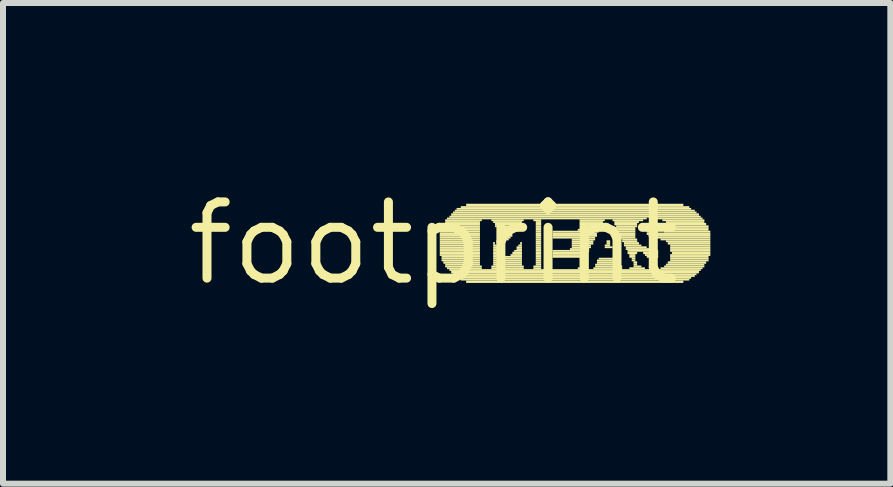
<source format=kicad_pcb>
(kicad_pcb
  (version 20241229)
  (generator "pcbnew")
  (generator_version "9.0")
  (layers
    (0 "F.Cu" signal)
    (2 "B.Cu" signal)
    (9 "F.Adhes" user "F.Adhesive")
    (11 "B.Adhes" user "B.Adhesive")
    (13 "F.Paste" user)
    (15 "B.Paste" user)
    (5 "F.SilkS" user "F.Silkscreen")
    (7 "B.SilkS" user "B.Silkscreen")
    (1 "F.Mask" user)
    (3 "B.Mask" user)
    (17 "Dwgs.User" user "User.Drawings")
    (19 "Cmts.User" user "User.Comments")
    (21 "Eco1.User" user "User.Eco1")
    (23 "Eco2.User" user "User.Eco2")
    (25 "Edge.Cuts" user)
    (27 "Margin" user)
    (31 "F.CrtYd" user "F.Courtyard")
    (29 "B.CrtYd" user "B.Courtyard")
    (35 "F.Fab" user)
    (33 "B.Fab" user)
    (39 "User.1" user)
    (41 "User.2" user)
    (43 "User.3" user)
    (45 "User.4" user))
  (footprint "footprint"
    (layer "F.Cu")
    (at 4.18 1.006)
    (property "Reference" "footprint" (at 0 0 0) (layer "F.SilkS") (effects (font (size 1.27 1.27) (thickness 0.15))))
    (fp_poly (pts (xy 0.1 -0.18) (xy 0.77 -0.18) (xy 0.77 -0.21) (xy 0.1 -0.21)) (stroke (width 0) (type solid)) (fill yes) (layer "F.SilkS"))
    (fp_poly (pts (xy 0.1 -0.14) (xy 0.77 -0.14) (xy 0.77 -0.18) (xy 0.1 -0.18)) (stroke (width 0) (type solid)) (fill yes) (layer "F.SilkS"))
    (fp_poly (pts (xy 0.1 -0.11) (xy 0.77 -0.11) (xy 0.77 -0.14) (xy 0.1 -0.14)) (stroke (width 0) (type solid)) (fill yes) (layer "F.SilkS"))
    (fp_poly (pts (xy 0.1 -0.08) (xy 0.77 -0.08) (xy 0.77 -0.11) (xy 0.1 -0.11)) (stroke (width 0) (type solid)) (fill yes) (layer "F.SilkS"))
    (fp_poly (pts (xy 0.1 -0.05) (xy 0.77 -0.05) (xy 0.77 -0.08) (xy 0.1 -0.08)) (stroke (width 0) (type solid)) (fill yes) (layer "F.SilkS"))
    (fp_poly (pts (xy 0.1 -0.02) (xy 0.77 -0.02) (xy 0.77 -0.05) (xy 0.1 -0.05)) (stroke (width 0) (type solid)) (fill yes) (layer "F.SilkS"))
    (fp_poly (pts (xy 0.1 0.02) (xy 0.77 0.02) (xy 0.77 -0.02) (xy 0.1 -0.02)) (stroke (width 0) (type solid)) (fill yes) (layer "F.SilkS"))
    (fp_poly (pts (xy 0.1 0.05) (xy 0.77 0.05) (xy 0.77 0.02) (xy 0.1 0.02)) (stroke (width 0) (type solid)) (fill yes) (layer "F.SilkS"))
    (fp_poly (pts (xy 0.1 0.08) (xy 0.77 0.08) (xy 0.77 0.05) (xy 0.1 0.05)) (stroke (width 0) (type solid)) (fill yes) (layer "F.SilkS"))
    (fp_poly (pts (xy 0.1 0.11) (xy 0.77 0.11) (xy 0.77 0.08) (xy 0.1 0.08)) (stroke (width 0) (type solid)) (fill yes) (layer "F.SilkS"))
    (fp_poly (pts (xy 0.1 0.14) (xy 0.77 0.14) (xy 0.77 0.11) (xy 0.1 0.11)) (stroke (width 0) (type solid)) (fill yes) (layer "F.SilkS"))
    (fp_poly (pts (xy 0.1 0.18) (xy 0.77 0.18) (xy 0.77 0.14) (xy 0.1 0.14)) (stroke (width 0) (type solid)) (fill yes) (layer "F.SilkS"))
    (fp_poly (pts (xy 0.1 0.21) (xy 0.77 0.21) (xy 0.77 0.18) (xy 0.1 0.18)) (stroke (width 0) (type solid)) (fill yes) (layer "F.SilkS"))
    (fp_poly (pts (xy 0.13 -0.27) (xy 0.77 -0.27) (xy 0.77 -0.3) (xy 0.13 -0.3)) (stroke (width 0) (type solid)) (fill yes) (layer "F.SilkS"))
    (fp_poly (pts (xy 0.13 -0.24) (xy 0.77 -0.24) (xy 0.77 -0.27) (xy 0.13 -0.27)) (stroke (width 0) (type solid)) (fill yes) (layer "F.SilkS"))
    (fp_poly (pts (xy 0.13 -0.21) (xy 0.77 -0.21) (xy 0.77 -0.24) (xy 0.13 -0.24)) (stroke (width 0) (type solid)) (fill yes) (layer "F.SilkS"))
    (fp_poly (pts (xy 0.13 0.24) (xy 0.77 0.24) (xy 0.77 0.21) (xy 0.13 0.21)) (stroke (width 0) (type solid)) (fill yes) (layer "F.SilkS"))
    (fp_poly (pts (xy 0.13 0.27) (xy 0.77 0.27) (xy 0.77 0.24) (xy 0.13 0.24)) (stroke (width 0) (type solid)) (fill yes) (layer "F.SilkS"))
    (fp_poly (pts (xy 0.13 0.3) (xy 0.77 0.3) (xy 0.77 0.27) (xy 0.13 0.27)) (stroke (width 0) (type solid)) (fill yes) (layer "F.SilkS"))
    (fp_poly (pts (xy 0.16 -0.3) (xy 0.77 -0.3) (xy 0.77 -0.34) (xy 0.16 -0.34)) (stroke (width 0) (type solid)) (fill yes) (layer "F.SilkS"))
    (fp_poly (pts (xy 0.16 0.34) (xy 0.77 0.34) (xy 0.77 0.3) (xy 0.16 0.3)) (stroke (width 0) (type solid)) (fill yes) (layer "F.SilkS"))
    (fp_poly (pts (xy 0.19 -0.37) (xy 0.8 -0.37) (xy 0.8 -0.4) (xy 0.19 -0.4)) (stroke (width 0) (type solid)) (fill yes) (layer "F.SilkS"))
    (fp_poly (pts (xy 0.19 -0.34) (xy 0.77 -0.34) (xy 0.77 -0.37) (xy 0.19 -0.37)) (stroke (width 0) (type solid)) (fill yes) (layer "F.SilkS"))
    (fp_poly (pts (xy 0.19 0.37) (xy 0.77 0.37) (xy 0.77 0.34) (xy 0.19 0.34)) (stroke (width 0) (type solid)) (fill yes) (layer "F.SilkS"))
    (fp_poly (pts (xy 0.19 0.4) (xy 0.8 0.4) (xy 0.8 0.37) (xy 0.19 0.37)) (stroke (width 0) (type solid)) (fill yes) (layer "F.SilkS"))
    (fp_poly (pts (xy 0.22 -0.4) (xy 3.55 -0.4) (xy 3.55 -0.43) (xy 0.22 -0.43)) (stroke (width 0) (type solid)) (fill yes) (layer "F.SilkS"))
    (fp_poly (pts (xy 0.22 0.43) (xy 0.8 0.43) (xy 0.8 0.4) (xy 0.22 0.4)) (stroke (width 0) (type solid)) (fill yes) (layer "F.SilkS"))
    (fp_poly (pts (xy 0.26 -0.43) (xy 4.45 -0.43) (xy 4.45 -0.46) (xy 0.26 -0.46)) (stroke (width 0) (type solid)) (fill yes) (layer "F.SilkS"))
    (fp_poly (pts (xy 0.26 0.46) (xy 4.45 0.46) (xy 4.45 0.43) (xy 0.26 0.43)) (stroke (width 0) (type solid)) (fill yes) (layer "F.SilkS"))
    (fp_poly (pts (xy 0.29 -0.46) (xy 4.42 -0.46) (xy 4.42 -0.5) (xy 0.29 -0.5)) (stroke (width 0) (type solid)) (fill yes) (layer "F.SilkS"))
    (fp_poly (pts (xy 0.29 0.5) (xy 4.42 0.5) (xy 4.42 0.46) (xy 0.29 0.46)) (stroke (width 0) (type solid)) (fill yes) (layer "F.SilkS"))
    (fp_poly (pts (xy 0.32 -0.5) (xy 4.38 -0.5) (xy 4.38 -0.53) (xy 0.32 -0.53)) (stroke (width 0) (type solid)) (fill yes) (layer "F.SilkS"))
    (fp_poly (pts (xy 0.32 0.53) (xy 4.38 0.53) (xy 4.38 0.5) (xy 0.32 0.5)) (stroke (width 0) (type solid)) (fill yes) (layer "F.SilkS"))
    (fp_poly (pts (xy 0.35 -0.53) (xy 4.35 -0.53) (xy 4.35 -0.56) (xy 0.35 -0.56)) (stroke (width 0) (type solid)) (fill yes) (layer "F.SilkS"))
    (fp_poly (pts (xy 0.35 0.56) (xy 4.35 0.56) (xy 4.35 0.53) (xy 0.35 0.53)) (stroke (width 0) (type solid)) (fill yes) (layer "F.SilkS"))
    (fp_poly (pts (xy 0.38 -0.56) (xy 4.29 -0.56) (xy 4.29 -0.59) (xy 0.38 -0.59)) (stroke (width 0) (type solid)) (fill yes) (layer "F.SilkS"))
    (fp_poly (pts (xy 0.42 0.59) (xy 4.29 0.59) (xy 4.29 0.56) (xy 0.42 0.56)) (stroke (width 0) (type solid)) (fill yes) (layer "F.SilkS"))
    (fp_poly (pts (xy 0.45 -0.59) (xy 4.26 -0.59) (xy 4.26 -0.62) (xy 0.45 -0.62)) (stroke (width 0) (type solid)) (fill yes) (layer "F.SilkS"))
    (fp_poly (pts (xy 0.45 0.62) (xy 4.26 0.62) (xy 4.26 0.59) (xy 0.45 0.59)) (stroke (width 0) (type solid)) (fill yes) (layer "F.SilkS"))
    (fp_poly (pts (xy 0.54 -0.62) (xy 4.16 -0.62) (xy 4.16 -0.66) (xy 0.54 -0.66)) (stroke (width 0) (type solid)) (fill yes) (layer "F.SilkS"))
    (fp_poly (pts (xy 0.54 0.66) (xy 4.16 0.66) (xy 4.16 0.62) (xy 0.54 0.62)) (stroke (width 0) (type solid)) (fill yes) (layer "F.SilkS"))
    (fp_poly (pts (xy 0.96 -0.37) (xy 1.5 -0.37) (xy 1.5 -0.4) (xy 0.96 -0.4)) (stroke (width 0) (type solid)) (fill yes) (layer "F.SilkS"))
    (fp_poly (pts (xy 0.96 0.4) (xy 1.5 0.4) (xy 1.5 0.37) (xy 0.96 0.37)) (stroke (width 0) (type solid)) (fill yes) (layer "F.SilkS"))
    (fp_poly (pts (xy 0.96 0.43) (xy 1.5 0.43) (xy 1.5 0.4) (xy 0.96 0.4)) (stroke (width 0) (type solid)) (fill yes) (layer "F.SilkS"))
    (fp_poly (pts (xy 0.99 -0.34) (xy 1.47 -0.34) (xy 1.47 -0.37) (xy 0.99 -0.37)) (stroke (width 0) (type solid)) (fill yes) (layer "F.SilkS"))
    (fp_poly (pts (xy 0.99 0.02) (xy 1.02 0.02) (xy 1.02 -0.02) (xy 0.99 -0.02)) (stroke (width 0) (type solid)) (fill yes) (layer "F.SilkS"))
    (fp_poly (pts (xy 0.99 0.05) (xy 1.06 0.05) (xy 1.06 0.02) (xy 0.99 0.02)) (stroke (width 0) (type solid)) (fill yes) (layer "F.SilkS"))
    (fp_poly (pts (xy 0.99 0.08) (xy 1.06 0.08) (xy 1.06 0.05) (xy 0.99 0.05)) (stroke (width 0) (type solid)) (fill yes) (layer "F.SilkS"))
    (fp_poly (pts (xy 0.99 0.11) (xy 1.09 0.11) (xy 1.09 0.08) (xy 0.99 0.08)) (stroke (width 0) (type solid)) (fill yes) (layer "F.SilkS"))
    (fp_poly (pts (xy 0.99 0.14) (xy 1.12 0.14) (xy 1.12 0.11) (xy 0.99 0.11)) (stroke (width 0) (type solid)) (fill yes) (layer "F.SilkS"))
    (fp_poly (pts (xy 0.99 0.18) (xy 1.15 0.18) (xy 1.15 0.14) (xy 0.99 0.14)) (stroke (width 0) (type solid)) (fill yes) (layer "F.SilkS"))
    (fp_poly (pts (xy 0.99 0.21) (xy 1.18 0.21) (xy 1.18 0.18) (xy 0.99 0.18)) (stroke (width 0) (type solid)) (fill yes) (layer "F.SilkS"))
    (fp_poly (pts (xy 0.99 0.24) (xy 1.47 0.24) (xy 1.47 0.21) (xy 0.99 0.21)) (stroke (width 0) (type solid)) (fill yes) (layer "F.SilkS"))
    (fp_poly (pts (xy 0.99 0.27) (xy 1.47 0.27) (xy 1.47 0.24) (xy 0.99 0.24)) (stroke (width 0) (type solid)) (fill yes) (layer "F.SilkS"))
    (fp_poly (pts (xy 0.99 0.3) (xy 1.47 0.3) (xy 1.47 0.27) (xy 0.99 0.27)) (stroke (width 0) (type solid)) (fill yes) (layer "F.SilkS"))
    (fp_poly (pts (xy 0.99 0.34) (xy 1.47 0.34) (xy 1.47 0.3) (xy 0.99 0.3)) (stroke (width 0) (type solid)) (fill yes) (layer "F.SilkS"))
    (fp_poly (pts (xy 0.99 0.37) (xy 1.47 0.37) (xy 1.47 0.34) (xy 0.99 0.34)) (stroke (width 0) (type solid)) (fill yes) (layer "F.SilkS"))
    (fp_poly (pts (xy 1.02 -0.3) (xy 1.44 -0.3) (xy 1.44 -0.34) (xy 1.02 -0.34)) (stroke (width 0) (type solid)) (fill yes) (layer "F.SilkS"))
    (fp_poly (pts (xy 1.02 -0.27) (xy 1.41 -0.27) (xy 1.41 -0.3) (xy 1.02 -0.3)) (stroke (width 0) (type solid)) (fill yes) (layer "F.SilkS"))
    (fp_poly (pts (xy 1.06 -0.24) (xy 1.41 -0.24) (xy 1.41 -0.27) (xy 1.06 -0.27)) (stroke (width 0) (type solid)) (fill yes) (layer "F.SilkS"))
    (fp_poly (pts (xy 1.09 -0.21) (xy 1.38 -0.21) (xy 1.38 -0.24) (xy 1.09 -0.24)) (stroke (width 0) (type solid)) (fill yes) (layer "F.SilkS"))
    (fp_poly (pts (xy 1.12 -0.18) (xy 1.34 -0.18) (xy 1.34 -0.21) (xy 1.12 -0.21)) (stroke (width 0) (type solid)) (fill yes) (layer "F.SilkS"))
    (fp_poly (pts (xy 1.12 -0.14) (xy 1.31 -0.14) (xy 1.31 -0.18) (xy 1.12 -0.18)) (stroke (width 0) (type solid)) (fill yes) (layer "F.SilkS"))
    (fp_poly (pts (xy 1.15 -0.11) (xy 1.31 -0.11) (xy 1.31 -0.14) (xy 1.15 -0.14)) (stroke (width 0) (type solid)) (fill yes) (layer "F.SilkS"))
    (fp_poly (pts (xy 1.18 -0.08) (xy 1.28 -0.08) (xy 1.28 -0.11) (xy 1.18 -0.11)) (stroke (width 0) (type solid)) (fill yes) (layer "F.SilkS"))
    (fp_poly (pts (xy 1.22 -0.05) (xy 1.25 -0.05) (xy 1.25 -0.08) (xy 1.22 -0.08)) (stroke (width 0) (type solid)) (fill yes) (layer "F.SilkS"))
    (fp_poly (pts (xy 1.28 0.21) (xy 1.47 0.21) (xy 1.47 0.18) (xy 1.28 0.18)) (stroke (width 0) (type solid)) (fill yes) (layer "F.SilkS"))
    (fp_poly (pts (xy 1.31 0.18) (xy 1.47 0.18) (xy 1.47 0.14) (xy 1.31 0.14)) (stroke (width 0) (type solid)) (fill yes) (layer "F.SilkS"))
    (fp_poly (pts (xy 1.34 0.14) (xy 1.47 0.14) (xy 1.47 0.11) (xy 1.34 0.11)) (stroke (width 0) (type solid)) (fill yes) (layer "F.SilkS"))
    (fp_poly (pts (xy 1.38 0.08) (xy 1.47 0.08) (xy 1.47 0.05) (xy 1.38 0.05)) (stroke (width 0) (type solid)) (fill yes) (layer "F.SilkS"))
    (fp_poly (pts (xy 1.38 0.11) (xy 1.47 0.11) (xy 1.47 0.08) (xy 1.38 0.08)) (stroke (width 0) (type solid)) (fill yes) (layer "F.SilkS"))
    (fp_poly (pts (xy 1.41 0.05) (xy 1.47 0.05) (xy 1.47 0.02) (xy 1.41 0.02)) (stroke (width 0) (type solid)) (fill yes) (layer "F.SilkS"))
    (fp_poly (pts (xy 1.44 0.02) (xy 1.47 0.02) (xy 1.47 -0.02) (xy 1.44 -0.02)) (stroke (width 0) (type solid)) (fill yes) (layer "F.SilkS"))
    (fp_poly (pts (xy 1.66 -0.37) (xy 1.79 -0.37) (xy 1.79 -0.4) (xy 1.66 -0.4)) (stroke (width 0) (type solid)) (fill yes) (layer "F.SilkS"))
    (fp_poly (pts (xy 1.66 0.4) (xy 1.79 0.4) (xy 1.79 0.37) (xy 1.66 0.37)) (stroke (width 0) (type solid)) (fill yes) (layer "F.SilkS"))
    (fp_poly (pts (xy 1.66 0.43) (xy 1.79 0.43) (xy 1.79 0.4) (xy 1.66 0.4)) (stroke (width 0) (type solid)) (fill yes) (layer "F.SilkS"))
    (fp_poly (pts (xy 1.7 -0.34) (xy 1.79 -0.34) (xy 1.79 -0.37) (xy 1.7 -0.37)) (stroke (width 0) (type solid)) (fill yes) (layer "F.SilkS"))
    (fp_poly (pts (xy 1.7 -0.3) (xy 1.79 -0.3) (xy 1.79 -0.34) (xy 1.7 -0.34)) (stroke (width 0) (type solid)) (fill yes) (layer "F.SilkS"))
    (fp_poly (pts (xy 1.7 -0.27) (xy 1.79 -0.27) (xy 1.79 -0.3) (xy 1.7 -0.3)) (stroke (width 0) (type solid)) (fill yes) (layer "F.SilkS"))
    (fp_poly (pts (xy 1.7 -0.24) (xy 1.79 -0.24) (xy 1.79 -0.27) (xy 1.7 -0.27)) (stroke (width 0) (type solid)) (fill yes) (layer "F.SilkS"))
    (fp_poly (pts (xy 1.7 -0.21) (xy 1.79 -0.21) (xy 1.79 -0.24) (xy 1.7 -0.24)) (stroke (width 0) (type solid)) (fill yes) (layer "F.SilkS"))
    (fp_poly (pts (xy 1.7 -0.18) (xy 1.79 -0.18) (xy 1.79 -0.21) (xy 1.7 -0.21)) (stroke (width 0) (type solid)) (fill yes) (layer "F.SilkS"))
    (fp_poly (pts (xy 1.7 -0.14) (xy 1.79 -0.14) (xy 1.79 -0.18) (xy 1.7 -0.18)) (stroke (width 0) (type solid)) (fill yes) (layer "F.SilkS"))
    (fp_poly (pts (xy 1.7 -0.11) (xy 1.79 -0.11) (xy 1.79 -0.14) (xy 1.7 -0.14)) (stroke (width 0) (type solid)) (fill yes) (layer "F.SilkS"))
    (fp_poly (pts (xy 1.7 -0.08) (xy 1.79 -0.08) (xy 1.79 -0.11) (xy 1.7 -0.11)) (stroke (width 0) (type solid)) (fill yes) (layer "F.SilkS"))
    (fp_poly (pts (xy 1.7 -0.05) (xy 1.79 -0.05) (xy 1.79 -0.08) (xy 1.7 -0.08)) (stroke (width 0) (type solid)) (fill yes) (layer "F.SilkS"))
    (fp_poly (pts (xy 1.7 -0.02) (xy 1.79 -0.02) (xy 1.79 -0.05) (xy 1.7 -0.05)) (stroke (width 0) (type solid)) (fill yes) (layer "F.SilkS"))
    (fp_poly (pts (xy 1.7 0.02) (xy 1.79 0.02) (xy 1.79 -0.02) (xy 1.7 -0.02)) (stroke (width 0) (type solid)) (fill yes) (layer "F.SilkS"))
    (fp_poly (pts (xy 1.7 0.05) (xy 1.79 0.05) (xy 1.79 0.02) (xy 1.7 0.02)) (stroke (width 0) (type solid)) (fill yes) (layer "F.SilkS"))
    (fp_poly (pts (xy 1.7 0.08) (xy 1.79 0.08) (xy 1.79 0.05) (xy 1.7 0.05)) (stroke (width 0) (type solid)) (fill yes) (layer "F.SilkS"))
    (fp_poly (pts (xy 1.7 0.11) (xy 1.79 0.11) (xy 1.79 0.08) (xy 1.7 0.08)) (stroke (width 0) (type solid)) (fill yes) (layer "F.SilkS"))
    (fp_poly (pts (xy 1.7 0.14) (xy 1.79 0.14) (xy 1.79 0.11) (xy 1.7 0.11)) (stroke (width 0) (type solid)) (fill yes) (layer "F.SilkS"))
    (fp_poly (pts (xy 1.7 0.18) (xy 1.79 0.18) (xy 1.79 0.14) (xy 1.7 0.14)) (stroke (width 0) (type solid)) (fill yes) (layer "F.SilkS"))
    (fp_poly (pts (xy 1.7 0.21) (xy 1.79 0.21) (xy 1.79 0.18) (xy 1.7 0.18)) (stroke (width 0) (type solid)) (fill yes) (layer "F.SilkS"))
    (fp_poly (pts (xy 1.7 0.24) (xy 1.79 0.24) (xy 1.79 0.21) (xy 1.7 0.21)) (stroke (width 0) (type solid)) (fill yes) (layer "F.SilkS"))
    (fp_poly (pts (xy 1.7 0.27) (xy 1.79 0.27) (xy 1.79 0.24) (xy 1.7 0.24)) (stroke (width 0) (type solid)) (fill yes) (layer "F.SilkS"))
    (fp_poly (pts (xy 1.7 0.3) (xy 1.79 0.3) (xy 1.79 0.27) (xy 1.7 0.27)) (stroke (width 0) (type solid)) (fill yes) (layer "F.SilkS"))
    (fp_poly (pts (xy 1.7 0.34) (xy 1.79 0.34) (xy 1.79 0.3) (xy 1.7 0.3)) (stroke (width 0) (type solid)) (fill yes) (layer "F.SilkS"))
    (fp_poly (pts (xy 1.7 0.37) (xy 1.79 0.37) (xy 1.79 0.34) (xy 1.7 0.34)) (stroke (width 0) (type solid)) (fill yes) (layer "F.SilkS"))
    (fp_poly (pts (xy 1.98 -0.18) (xy 2.75 -0.18) (xy 2.75 -0.21) (xy 1.98 -0.21)) (stroke (width 0) (type solid)) (fill yes) (layer "F.SilkS"))
    (fp_poly (pts (xy 1.98 -0.14) (xy 2.72 -0.14) (xy 2.72 -0.18) (xy 1.98 -0.18)) (stroke (width 0) (type solid)) (fill yes) (layer "F.SilkS"))
    (fp_poly (pts (xy 1.98 -0.11) (xy 2.72 -0.11) (xy 2.72 -0.14) (xy 1.98 -0.14)) (stroke (width 0) (type solid)) (fill yes) (layer "F.SilkS"))
    (fp_poly (pts (xy 1.98 -0.08) (xy 2.69 -0.08) (xy 2.69 -0.11) (xy 1.98 -0.11)) (stroke (width 0) (type solid)) (fill yes) (layer "F.SilkS"))
    (fp_poly (pts (xy 1.98 0.14) (xy 2.59 0.14) (xy 2.59 0.11) (xy 1.98 0.11)) (stroke (width 0) (type solid)) (fill yes) (layer "F.SilkS"))
    (fp_poly (pts (xy 1.98 0.18) (xy 2.56 0.18) (xy 2.56 0.14) (xy 1.98 0.14)) (stroke (width 0) (type solid)) (fill yes) (layer "F.SilkS"))
    (fp_poly (pts (xy 1.98 0.21) (xy 2.56 0.21) (xy 2.56 0.18) (xy 1.98 0.18)) (stroke (width 0) (type solid)) (fill yes) (layer "F.SilkS"))
    (fp_poly (pts (xy 1.98 0.24) (xy 2.53 0.24) (xy 2.53 0.21) (xy 1.98 0.21)) (stroke (width 0) (type solid)) (fill yes) (layer "F.SilkS"))
    (fp_poly (pts (xy 2.27 0.11) (xy 2.59 0.11) (xy 2.59 0.08) (xy 2.27 0.08)) (stroke (width 0) (type solid)) (fill yes) (layer "F.SilkS"))
    (fp_poly (pts (xy 2.3 -0.05) (xy 2.69 -0.05) (xy 2.69 -0.08) (xy 2.3 -0.08)) (stroke (width 0) (type solid)) (fill yes) (layer "F.SilkS"))
    (fp_poly (pts (xy 2.3 -0.02) (xy 2.66 -0.02) (xy 2.66 -0.05) (xy 2.3 -0.05)) (stroke (width 0) (type solid)) (fill yes) (layer "F.SilkS"))
    (fp_poly (pts (xy 2.3 0.02) (xy 2.66 0.02) (xy 2.66 -0.02) (xy 2.3 -0.02)) (stroke (width 0) (type solid)) (fill yes) (layer "F.SilkS"))
    (fp_poly (pts (xy 2.3 0.05) (xy 2.62 0.05) (xy 2.62 0.02) (xy 2.3 0.02)) (stroke (width 0) (type solid)) (fill yes) (layer "F.SilkS"))
    (fp_poly (pts (xy 2.3 0.08) (xy 2.62 0.08) (xy 2.62 0.05) (xy 2.3 0.05)) (stroke (width 0) (type solid)) (fill yes) (layer "F.SilkS"))
    (fp_poly (pts (xy 2.4 -0.21) (xy 2.75 -0.21) (xy 2.75 -0.24) (xy 2.4 -0.24)) (stroke (width 0) (type solid)) (fill yes) (layer "F.SilkS"))
    (fp_poly (pts (xy 2.4 0.43) (xy 2.53 0.43) (xy 2.53 0.4) (xy 2.4 0.4)) (stroke (width 0) (type solid)) (fill yes) (layer "F.SilkS"))
    (fp_poly (pts (xy 2.43 -0.37) (xy 2.85 -0.37) (xy 2.85 -0.4) (xy 2.43 -0.4)) (stroke (width 0) (type solid)) (fill yes) (layer "F.SilkS"))
    (fp_poly (pts (xy 2.43 -0.34) (xy 2.82 -0.34) (xy 2.82 -0.37) (xy 2.43 -0.37)) (stroke (width 0) (type solid)) (fill yes) (layer "F.SilkS"))
    (fp_poly (pts (xy 2.43 -0.3) (xy 2.78 -0.3) (xy 2.78 -0.34) (xy 2.43 -0.34)) (stroke (width 0) (type solid)) (fill yes) (layer "F.SilkS"))
    (fp_poly (pts (xy 2.43 -0.27) (xy 2.78 -0.27) (xy 2.78 -0.3) (xy 2.43 -0.3)) (stroke (width 0) (type solid)) (fill yes) (layer "F.SilkS"))
    (fp_poly (pts (xy 2.43 -0.24) (xy 2.75 -0.24) (xy 2.75 -0.27) (xy 2.43 -0.27)) (stroke (width 0) (type solid)) (fill yes) (layer "F.SilkS"))
    (fp_poly (pts (xy 2.43 0.27) (xy 2.53 0.27) (xy 2.53 0.24) (xy 2.43 0.24)) (stroke (width 0) (type solid)) (fill yes) (layer "F.SilkS"))
    (fp_poly (pts (xy 2.43 0.3) (xy 2.5 0.3) (xy 2.5 0.27) (xy 2.43 0.27)) (stroke (width 0) (type solid)) (fill yes) (layer "F.SilkS"))
    (fp_poly (pts (xy 2.43 0.34) (xy 2.5 0.34) (xy 2.5 0.3) (xy 2.43 0.3)) (stroke (width 0) (type solid)) (fill yes) (layer "F.SilkS"))
    (fp_poly (pts (xy 2.43 0.37) (xy 2.5 0.37) (xy 2.5 0.34) (xy 2.43 0.34)) (stroke (width 0) (type solid)) (fill yes) (layer "F.SilkS"))
    (fp_poly (pts (xy 2.43 0.4) (xy 2.5 0.4) (xy 2.5 0.37) (xy 2.43 0.37)) (stroke (width 0) (type solid)) (fill yes) (layer "F.SilkS"))
    (fp_poly (pts (xy 2.66 0.43) (xy 3.14 0.43) (xy 3.14 0.4) (xy 2.66 0.4)) (stroke (width 0) (type solid)) (fill yes) (layer "F.SilkS"))
    (fp_poly (pts (xy 2.69 0.37) (xy 3.1 0.37) (xy 3.1 0.34) (xy 2.69 0.34)) (stroke (width 0) (type solid)) (fill yes) (layer "F.SilkS"))
    (fp_poly (pts (xy 2.69 0.4) (xy 3.14 0.4) (xy 3.14 0.37) (xy 2.69 0.37)) (stroke (width 0) (type solid)) (fill yes) (layer "F.SilkS"))
    (fp_poly (pts (xy 2.72 0.3) (xy 3.07 0.3) (xy 3.07 0.27) (xy 2.72 0.27)) (stroke (width 0) (type solid)) (fill yes) (layer "F.SilkS"))
    (fp_poly (pts (xy 2.72 0.34) (xy 3.1 0.34) (xy 3.1 0.3) (xy 2.72 0.3)) (stroke (width 0) (type solid)) (fill yes) (layer "F.SilkS"))
    (fp_poly (pts (xy 2.75 0.27) (xy 3.07 0.27) (xy 3.07 0.24) (xy 2.75 0.24)) (stroke (width 0) (type solid)) (fill yes) (layer "F.SilkS"))
    (fp_poly (pts (xy 2.85 0.05) (xy 2.94 0.05) (xy 2.94 0.02) (xy 2.85 0.02)) (stroke (width 0) (type solid)) (fill yes) (layer "F.SilkS"))
    (fp_poly (pts (xy 2.85 0.08) (xy 2.98 0.08) (xy 2.98 0.05) (xy 2.85 0.05)) (stroke (width 0) (type solid)) (fill yes) (layer "F.SilkS"))
    (fp_poly (pts (xy 2.88 -0.02) (xy 2.94 -0.02) (xy 2.94 -0.05) (xy 2.88 -0.05)) (stroke (width 0) (type solid)) (fill yes) (layer "F.SilkS"))
    (fp_poly (pts (xy 2.88 0.02) (xy 2.94 0.02) (xy 2.94 -0.02) (xy 2.88 -0.02)) (stroke (width 0) (type solid)) (fill yes) (layer "F.SilkS"))
    (fp_poly (pts (xy 2.98 -0.37) (xy 3.49 -0.37) (xy 3.49 -0.4) (xy 2.98 -0.4)) (stroke (width 0) (type solid)) (fill yes) (layer "F.SilkS"))
    (fp_poly (pts (xy 3.01 -0.34) (xy 3.42 -0.34) (xy 3.42 -0.37) (xy 3.01 -0.37)) (stroke (width 0) (type solid)) (fill yes) (layer "F.SilkS"))
    (fp_poly (pts (xy 3.01 -0.3) (xy 3.39 -0.3) (xy 3.39 -0.34) (xy 3.01 -0.34)) (stroke (width 0) (type solid)) (fill yes) (layer "F.SilkS"))
    (fp_poly (pts (xy 3.04 -0.27) (xy 3.39 -0.27) (xy 3.39 -0.3) (xy 3.04 -0.3)) (stroke (width 0) (type solid)) (fill yes) (layer "F.SilkS"))
    (fp_poly (pts (xy 3.04 -0.24) (xy 3.36 -0.24) (xy 3.36 -0.27) (xy 3.04 -0.27)) (stroke (width 0) (type solid)) (fill yes) (layer "F.SilkS"))
    (fp_poly (pts (xy 3.07 -0.21) (xy 3.36 -0.21) (xy 3.36 -0.24) (xy 3.07 -0.24)) (stroke (width 0) (type solid)) (fill yes) (layer "F.SilkS"))
    (fp_poly (pts (xy 3.07 -0.18) (xy 3.36 -0.18) (xy 3.36 -0.21) (xy 3.07 -0.21)) (stroke (width 0) (type solid)) (fill yes) (layer "F.SilkS"))
    (fp_poly (pts (xy 3.07 -0.14) (xy 3.36 -0.14) (xy 3.36 -0.18) (xy 3.07 -0.18)) (stroke (width 0) (type solid)) (fill yes) (layer "F.SilkS"))
    (fp_poly (pts (xy 3.1 -0.11) (xy 3.36 -0.11) (xy 3.36 -0.14) (xy 3.1 -0.14)) (stroke (width 0) (type solid)) (fill yes) (layer "F.SilkS"))
    (fp_poly (pts (xy 3.1 -0.08) (xy 3.36 -0.08) (xy 3.36 -0.11) (xy 3.1 -0.11)) (stroke (width 0) (type solid)) (fill yes) (layer "F.SilkS"))
    (fp_poly (pts (xy 3.14 -0.05) (xy 3.39 -0.05) (xy 3.39 -0.08) (xy 3.14 -0.08)) (stroke (width 0) (type solid)) (fill yes) (layer "F.SilkS"))
    (fp_poly (pts (xy 3.14 -0.02) (xy 3.39 -0.02) (xy 3.39 -0.05) (xy 3.14 -0.05)) (stroke (width 0) (type solid)) (fill yes) (layer "F.SilkS"))
    (fp_poly (pts (xy 3.17 0.02) (xy 3.42 0.02) (xy 3.42 -0.02) (xy 3.17 -0.02)) (stroke (width 0) (type solid)) (fill yes) (layer "F.SilkS"))
    (fp_poly (pts (xy 3.17 0.05) (xy 3.46 0.05) (xy 3.46 0.02) (xy 3.17 0.02)) (stroke (width 0) (type solid)) (fill yes) (layer "F.SilkS"))
    (fp_poly (pts (xy 3.2 0.08) (xy 3.55 0.08) (xy 3.55 0.05) (xy 3.2 0.05)) (stroke (width 0) (type solid)) (fill yes) (layer "F.SilkS"))
    (fp_poly (pts (xy 3.2 0.11) (xy 3.65 0.11) (xy 3.65 0.08) (xy 3.2 0.08)) (stroke (width 0) (type solid)) (fill yes) (layer "F.SilkS"))
    (fp_poly (pts (xy 3.23 0.14) (xy 3.74 0.14) (xy 3.74 0.11) (xy 3.23 0.11)) (stroke (width 0) (type solid)) (fill yes) (layer "F.SilkS"))
    (fp_poly (pts (xy 3.23 0.18) (xy 3.39 0.18) (xy 3.39 0.14) (xy 3.23 0.14)) (stroke (width 0) (type solid)) (fill yes) (layer "F.SilkS"))
    (fp_poly (pts (xy 3.26 0.21) (xy 3.36 0.21) (xy 3.36 0.18) (xy 3.26 0.18)) (stroke (width 0) (type solid)) (fill yes) (layer "F.SilkS"))
    (fp_poly (pts (xy 3.26 0.24) (xy 3.36 0.24) (xy 3.36 0.21) (xy 3.26 0.21)) (stroke (width 0) (type solid)) (fill yes) (layer "F.SilkS"))
    (fp_poly (pts (xy 3.26 0.43) (xy 3.52 0.43) (xy 3.52 0.4) (xy 3.26 0.4)) (stroke (width 0) (type solid)) (fill yes) (layer "F.SilkS"))
    (fp_poly (pts (xy 3.3 0.27) (xy 3.36 0.27) (xy 3.36 0.24) (xy 3.3 0.24)) (stroke (width 0) (type solid)) (fill yes) (layer "F.SilkS"))
    (fp_poly (pts (xy 3.3 0.3) (xy 3.36 0.3) (xy 3.36 0.27) (xy 3.3 0.27)) (stroke (width 0) (type solid)) (fill yes) (layer "F.SilkS"))
    (fp_poly (pts (xy 3.33 0.34) (xy 3.39 0.34) (xy 3.39 0.3) (xy 3.33 0.3)) (stroke (width 0) (type solid)) (fill yes) (layer "F.SilkS"))
    (fp_poly (pts (xy 3.33 0.37) (xy 3.39 0.37) (xy 3.39 0.34) (xy 3.33 0.34)) (stroke (width 0) (type solid)) (fill yes) (layer "F.SilkS"))
    (fp_poly (pts (xy 3.33 0.4) (xy 3.46 0.4) (xy 3.46 0.37) (xy 3.33 0.37)) (stroke (width 0) (type solid)) (fill yes) (layer "F.SilkS"))
    (fp_poly (pts (xy 3.49 0.18) (xy 3.74 0.18) (xy 3.74 0.14) (xy 3.49 0.14)) (stroke (width 0) (type solid)) (fill yes) (layer "F.SilkS"))
    (fp_poly (pts (xy 3.52 0.21) (xy 3.74 0.21) (xy 3.74 0.18) (xy 3.52 0.18)) (stroke (width 0) (type solid)) (fill yes) (layer "F.SilkS"))
    (fp_poly (pts (xy 3.55 -0.18) (xy 3.74 -0.18) (xy 3.74 -0.21) (xy 3.55 -0.21)) (stroke (width 0) (type solid)) (fill yes) (layer "F.SilkS"))
    (fp_poly (pts (xy 3.55 -0.14) (xy 4.61 -0.14) (xy 4.61 -0.18) (xy 3.55 -0.18)) (stroke (width 0) (type solid)) (fill yes) (layer "F.SilkS"))
    (fp_poly (pts (xy 3.55 0.24) (xy 3.74 0.24) (xy 3.74 0.21) (xy 3.55 0.21)) (stroke (width 0) (type solid)) (fill yes) (layer "F.SilkS"))
    (fp_poly (pts (xy 3.58 -0.21) (xy 3.71 -0.21) (xy 3.71 -0.24) (xy 3.58 -0.24)) (stroke (width 0) (type solid)) (fill yes) (layer "F.SilkS"))
    (fp_poly (pts (xy 3.58 -0.11) (xy 4.61 -0.11) (xy 4.61 -0.14) (xy 3.58 -0.14)) (stroke (width 0) (type solid)) (fill yes) (layer "F.SilkS"))
    (fp_poly (pts (xy 3.65 -0.08) (xy 4.61 -0.08) (xy 4.61 -0.11) (xy 3.65 -0.11)) (stroke (width 0) (type solid)) (fill yes) (layer "F.SilkS"))
    (fp_poly (pts (xy 3.71 -0.4) (xy 4.48 -0.4) (xy 4.48 -0.43) (xy 3.71 -0.43)) (stroke (width 0) (type solid)) (fill yes) (layer "F.SilkS"))
    (fp_poly (pts (xy 3.78 -0.05) (xy 4.61 -0.05) (xy 4.61 -0.08) (xy 3.78 -0.08)) (stroke (width 0) (type solid)) (fill yes) (layer "F.SilkS"))
    (fp_poly (pts (xy 3.78 0.43) (xy 4.48 0.43) (xy 4.48 0.4) (xy 3.78 0.4)) (stroke (width 0) (type solid)) (fill yes) (layer "F.SilkS"))
    (fp_poly (pts (xy 3.81 -0.37) (xy 4.51 -0.37) (xy 4.51 -0.4) (xy 3.81 -0.4)) (stroke (width 0) (type solid)) (fill yes) (layer "F.SilkS"))
    (fp_poly (pts (xy 3.84 -0.18) (xy 4.61 -0.18) (xy 4.61 -0.21) (xy 3.84 -0.21)) (stroke (width 0) (type solid)) (fill yes) (layer "F.SilkS"))
    (fp_poly (pts (xy 3.84 0.4) (xy 4.51 0.4) (xy 4.51 0.37) (xy 3.84 0.37)) (stroke (width 0) (type solid)) (fill yes) (layer "F.SilkS"))
    (fp_poly (pts (xy 3.87 -0.34) (xy 4.51 -0.34) (xy 4.51 -0.37) (xy 3.87 -0.37)) (stroke (width 0) (type solid)) (fill yes) (layer "F.SilkS"))
    (fp_poly (pts (xy 3.87 -0.21) (xy 4.58 -0.21) (xy 4.58 -0.24) (xy 3.87 -0.24)) (stroke (width 0) (type solid)) (fill yes) (layer "F.SilkS"))
    (fp_poly (pts (xy 3.87 -0.02) (xy 4.61 -0.02) (xy 4.61 -0.05) (xy 3.87 -0.05)) (stroke (width 0) (type solid)) (fill yes) (layer "F.SilkS"))
    (fp_poly (pts (xy 3.87 0.37) (xy 4.51 0.37) (xy 4.51 0.34) (xy 3.87 0.34)) (stroke (width 0) (type solid)) (fill yes) (layer "F.SilkS"))
    (fp_poly (pts (xy 3.9 -0.3) (xy 4.54 -0.3) (xy 4.54 -0.34) (xy 3.9 -0.34)) (stroke (width 0) (type solid)) (fill yes) (layer "F.SilkS"))
    (fp_poly (pts (xy 3.9 -0.27) (xy 4.58 -0.27) (xy 4.58 -0.3) (xy 3.9 -0.3)) (stroke (width 0) (type solid)) (fill yes) (layer "F.SilkS"))
    (fp_poly (pts (xy 3.9 -0.24) (xy 4.58 -0.24) (xy 4.58 -0.27) (xy 3.9 -0.27)) (stroke (width 0) (type solid)) (fill yes) (layer "F.SilkS"))
    (fp_poly (pts (xy 3.9 0.02) (xy 4.61 0.02) (xy 4.61 -0.02) (xy 3.9 -0.02)) (stroke (width 0) (type solid)) (fill yes) (layer "F.SilkS"))
    (fp_poly (pts (xy 3.9 0.34) (xy 4.54 0.34) (xy 4.54 0.3) (xy 3.9 0.3)) (stroke (width 0) (type solid)) (fill yes) (layer "F.SilkS"))
    (fp_poly (pts (xy 3.94 0.05) (xy 4.61 0.05) (xy 4.61 0.02) (xy 3.94 0.02)) (stroke (width 0) (type solid)) (fill yes) (layer "F.SilkS"))
    (fp_poly (pts (xy 3.94 0.08) (xy 4.61 0.08) (xy 4.61 0.05) (xy 3.94 0.05)) (stroke (width 0) (type solid)) (fill yes) (layer "F.SilkS"))
    (fp_poly (pts (xy 3.94 0.11) (xy 4.61 0.11) (xy 4.61 0.08) (xy 3.94 0.08)) (stroke (width 0) (type solid)) (fill yes) (layer "F.SilkS"))
    (fp_poly (pts (xy 3.94 0.14) (xy 4.61 0.14) (xy 4.61 0.11) (xy 3.94 0.11)) (stroke (width 0) (type solid)) (fill yes) (layer "F.SilkS"))
    (fp_poly (pts (xy 3.94 0.21) (xy 4.61 0.21) (xy 4.61 0.18) (xy 3.94 0.18)) (stroke (width 0) (type solid)) (fill yes) (layer "F.SilkS"))
    (fp_poly (pts (xy 3.94 0.24) (xy 4.58 0.24) (xy 4.58 0.21) (xy 3.94 0.21)) (stroke (width 0) (type solid)) (fill yes) (layer "F.SilkS"))
    (fp_poly (pts (xy 3.94 0.27) (xy 4.58 0.27) (xy 4.58 0.24) (xy 3.94 0.24)) (stroke (width 0) (type solid)) (fill yes) (layer "F.SilkS"))
    (fp_poly (pts (xy 3.94 0.3) (xy 4.58 0.3) (xy 4.58 0.27) (xy 3.94 0.27)) (stroke (width 0) (type solid)) (fill yes) (layer "F.SilkS"))
    (fp_poly (pts (xy 3.97 0.18) (xy 4.61 0.18) (xy 4.61 0.14) (xy 3.97 0.14)) (stroke (width 0) (type solid)) (fill yes) (layer "F.SilkS")))
  (gr_rect
    (start -3 -3)
    (end 11.79 5.012)
    (stroke (width 0.1) (type default))
    (fill no)
    (layer "Edge.Cuts")))
</source>
